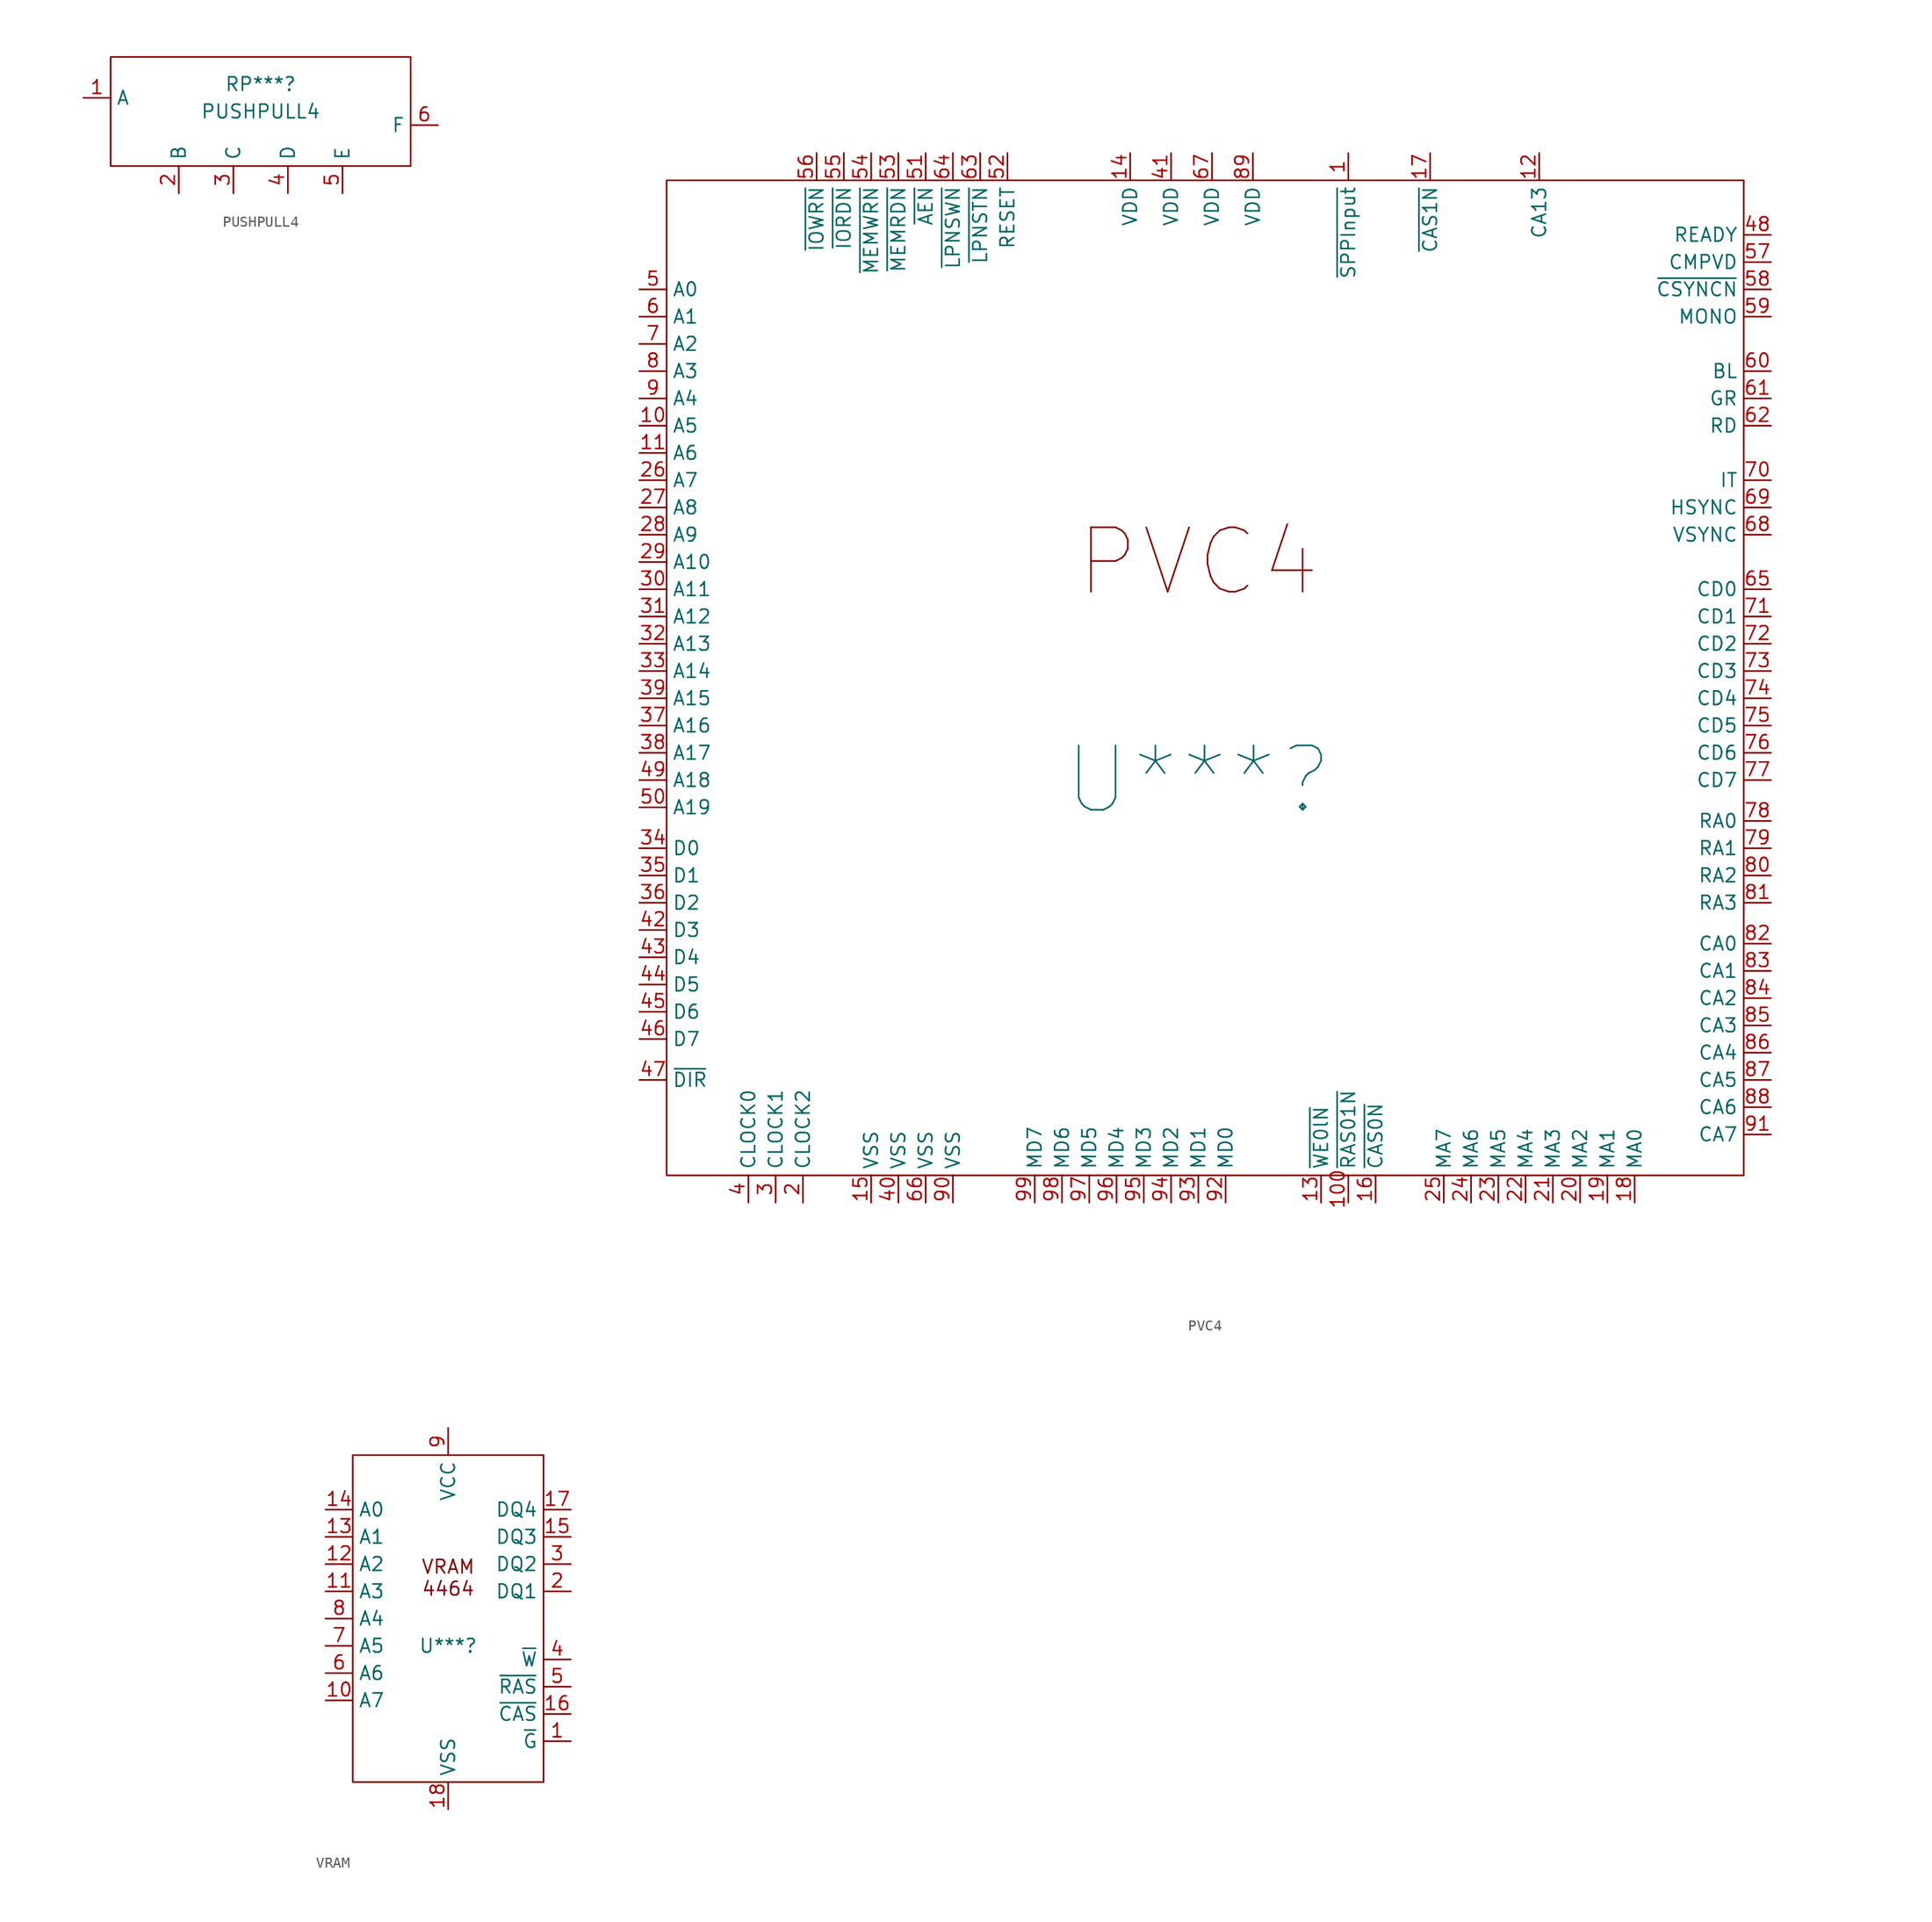
<source format=kicad_sym>
(kicad_symbol_lib
  (version 20220914)
  (generator kicad_symbol_editor)
  (symbol "PUSHPULL4"
    (property "Reference" "RP***"
      (at 0 2.54 0)
      (effects (font (size 1.27 1.27))))
    (property "Value" "PUSHPULL4"
      (at 0 0 0)
      (effects (font (size 1.27 1.27))))
    (symbol "PUSHPULL4_0_0"
      (pin power_in line (at -16.51 1.27 0) (length 2.54) (name "A" (effects (font (size 1.27 1.27)))) (number "1" (effects (font (size 1.27 1.27)))))
      (pin passive line (at -7.62 -7.62 90) (length 2.54) (name "B" (effects (font (size 1.27 1.27)))) (number "2" (effects (font (size 1.27 1.27)))))
      (pin passive line (at -2.54 -7.62 90) (length 2.54) (name "C" (effects (font (size 1.27 1.27)))) (number "3" (effects (font (size 1.27 1.27)))))
      (pin passive line (at 2.54 -7.62 90) (length 2.54) (name "D" (effects (font (size 1.27 1.27)))) (number "4" (effects (font (size 1.27 1.27)))))
      (pin passive line (at 7.62 -7.62 90) (length 2.54) (name "E" (effects (font (size 1.27 1.27)))) (number "5" (effects (font (size 1.27 1.27)))))
      (pin power_in line (at 16.51 -1.27 180) (length 2.54) (name "F" (effects (font (size 1.27 1.27)))) (number "6" (effects (font (size 1.27 1.27))))))
    (symbol "PUSHPULL4_0_1"
      (rectangle (start -13.97 5.08) (end 13.97 -5.08) (stroke (width 0) (type default)) (fill (type none)))))
  (symbol "PVC4"
    (property "Reference" "U***"
      (at 0 -10.16 0)
      (effects (font (size 6 6))))
    (property "Value" ""
      (at -16.51 -7.62 0)
      (effects (font (size 1.27 1.27))))
    (symbol "PVC4_0_0"
      (pin output line (at 13.97 48.26 270) (length 2.54) (name "~{SPPInput}" (effects (font (size 1.27 1.27)))) (number "1" (effects (font (size 1.27 1.27)))))
      (pin input line (at -52.07 22.86 0) (length 2.54) (name "A5" (effects (font (size 1.27 1.27)))) (number "10" (effects (font (size 1.27 1.27)))))
      (pin output line (at 13.97 -49.53 90) (length 2.54) (name "~{RAS01N}" (effects (font (size 1.27 1.27)))) (number "100" (effects (font (size 1.27 1.27)))))
      (pin input line (at -52.07 20.32 0) (length 2.54) (name "A6" (effects (font (size 1.27 1.27)))) (number "11" (effects (font (size 1.27 1.27)))))
      (pin output line (at 31.75 48.26 270) (length 2.54) (name "CA13" (effects (font (size 1.27 1.27)))) (number "12" (effects (font (size 1.27 1.27)))))
      (pin output line (at 11.43 -49.53 90) (length 2.54) (name "~{WE0lN}" (effects (font (size 1.27 1.27)))) (number "13" (effects (font (size 1.27 1.27)))))
      (pin power_in line (at -6.35 48.26 270) (length 2.54) (name "VDD" (effects (font (size 1.27 1.27)))) (number "14" (effects (font (size 1.27 1.27)))))
      (pin power_in line (at -30.48 -49.53 90) (length 2.54) (name "VSS" (effects (font (size 1.27 1.27)))) (number "15" (effects (font (size 1.27 1.27)))))
      (pin output line (at 16.51 -49.53 90) (length 2.54) (name "~{CAS0N}" (effects (font (size 1.27 1.27)))) (number "16" (effects (font (size 1.27 1.27)))))
      (pin output line (at 21.59 48.26 270) (length 2.54) (name "~{CAS1N}" (effects (font (size 1.27 1.27)))) (number "17" (effects (font (size 1.27 1.27)))))
      (pin output line (at 40.64 -49.53 90) (length 2.54) (name "MA0" (effects (font (size 1.27 1.27)))) (number "18" (effects (font (size 1.27 1.27)))))
      (pin output line (at 38.1 -49.53 90) (length 2.54) (name "MA1" (effects (font (size 1.27 1.27)))) (number "19" (effects (font (size 1.27 1.27)))))
      (pin input line (at -36.83 -49.53 90) (length 2.54) (name "CLOCK2" (effects (font (size 1.27 1.27)))) (number "2" (effects (font (size 1.27 1.27)))))
      (pin output line (at 35.56 -49.53 90) (length 2.54) (name "MA2" (effects (font (size 1.27 1.27)))) (number "20" (effects (font (size 1.27 1.27)))))
      (pin output line (at 33.02 -49.53 90) (length 2.54) (name "MA3" (effects (font (size 1.27 1.27)))) (number "21" (effects (font (size 1.27 1.27)))))
      (pin output line (at 30.48 -49.53 90) (length 2.54) (name "MA4" (effects (font (size 1.27 1.27)))) (number "22" (effects (font (size 1.27 1.27)))))
      (pin output line (at 27.94 -49.53 90) (length 2.54) (name "MA5" (effects (font (size 1.27 1.27)))) (number "23" (effects (font (size 1.27 1.27)))))
      (pin output line (at 25.4 -49.53 90) (length 2.54) (name "MA6" (effects (font (size 1.27 1.27)))) (number "24" (effects (font (size 1.27 1.27)))))
      (pin output line (at 22.86 -49.53 90) (length 2.54) (name "MA7" (effects (font (size 1.27 1.27)))) (number "25" (effects (font (size 1.27 1.27)))))
      (pin input line (at -52.07 17.78 0) (length 2.54) (name "A7" (effects (font (size 1.27 1.27)))) (number "26" (effects (font (size 1.27 1.27)))))
      (pin input line (at -52.07 15.24 0) (length 2.54) (name "A8" (effects (font (size 1.27 1.27)))) (number "27" (effects (font (size 1.27 1.27)))))
      (pin input line (at -52.07 12.7 0) (length 2.54) (name "A9" (effects (font (size 1.27 1.27)))) (number "28" (effects (font (size 1.27 1.27)))))
      (pin input line (at -52.07 10.16 0) (length 2.54) (name "A10" (effects (font (size 1.27 1.27)))) (number "29" (effects (font (size 1.27 1.27)))))
      (pin input line (at -39.37 -49.53 90) (length 2.54) (name "CLOCK1" (effects (font (size 1.27 1.27)))) (number "3" (effects (font (size 1.27 1.27)))))
      (pin input line (at -52.07 7.62 0) (length 2.54) (name "A11" (effects (font (size 1.27 1.27)))) (number "30" (effects (font (size 1.27 1.27)))))
      (pin input line (at -52.07 5.08 0) (length 2.54) (name "A12" (effects (font (size 1.27 1.27)))) (number "31" (effects (font (size 1.27 1.27)))))
      (pin input line (at -52.07 2.54 0) (length 2.54) (name "A13" (effects (font (size 1.27 1.27)))) (number "32" (effects (font (size 1.27 1.27)))))
      (pin input line (at -52.07 0 0) (length 2.54) (name "A14" (effects (font (size 1.27 1.27)))) (number "33" (effects (font (size 1.27 1.27)))))
      (pin bidirectional line (at -52.07 -16.51 0) (length 2.54) (name "D0" (effects (font (size 1.27 1.27)))) (number "34" (effects (font (size 1.27 1.27)))))
      (pin bidirectional line (at -52.07 -19.05 0) (length 2.54) (name "D1" (effects (font (size 1.27 1.27)))) (number "35" (effects (font (size 1.27 1.27)))))
      (pin bidirectional line (at -52.07 -21.59 0) (length 2.54) (name "D2" (effects (font (size 1.27 1.27)))) (number "36" (effects (font (size 1.27 1.27)))))
      (pin input line (at -52.07 -5.08 0) (length 2.54) (name "A16" (effects (font (size 1.27 1.27)))) (number "37" (effects (font (size 1.27 1.27)))))
      (pin input line (at -52.07 -7.62 0) (length 2.54) (name "A17" (effects (font (size 1.27 1.27)))) (number "38" (effects (font (size 1.27 1.27)))))
      (pin input line (at -52.07 -2.54 0) (length 2.54) (name "A15" (effects (font (size 1.27 1.27)))) (number "39" (effects (font (size 1.27 1.27)))))
      (pin input line (at -41.91 -49.53 90) (length 2.54) (name "CLOCK0" (effects (font (size 1.27 1.27)))) (number "4" (effects (font (size 1.27 1.27)))))
      (pin power_in line (at -27.94 -49.53 90) (length 2.54) (name "VSS" (effects (font (size 1.27 1.27)))) (number "40" (effects (font (size 1.27 1.27)))))
      (pin power_in line (at -2.54 48.26 270) (length 2.54) (name "VDD" (effects (font (size 1.27 1.27)))) (number "41" (effects (font (size 1.27 1.27)))))
      (pin bidirectional line (at -52.07 -24.13 0) (length 2.54) (name "D3" (effects (font (size 1.27 1.27)))) (number "42" (effects (font (size 1.27 1.27)))))
      (pin bidirectional line (at -52.07 -26.67 0) (length 2.54) (name "D4" (effects (font (size 1.27 1.27)))) (number "43" (effects (font (size 1.27 1.27)))))
      (pin bidirectional line (at -52.07 -29.21 0) (length 2.54) (name "D5" (effects (font (size 1.27 1.27)))) (number "44" (effects (font (size 1.27 1.27)))))
      (pin bidirectional line (at -52.07 -31.75 0) (length 2.54) (name "D6" (effects (font (size 1.27 1.27)))) (number "45" (effects (font (size 1.27 1.27)))))
      (pin bidirectional line (at -52.07 -34.29 0) (length 2.54) (name "D7" (effects (font (size 1.27 1.27)))) (number "46" (effects (font (size 1.27 1.27)))))
      (pin output line (at -52.07 -38.1 0) (length 2.54) (name "~{DIR}" (effects (font (size 1.27 1.27)))) (number "47" (effects (font (size 1.27 1.27)))))
      (pin output line (at 53.34 40.64 180) (length 2.54) (name "READY" (effects (font (size 1.27 1.27)))) (number "48" (effects (font (size 1.27 1.27)))))
      (pin input line (at -52.07 -10.16 0) (length 2.54) (name "A18" (effects (font (size 1.27 1.27)))) (number "49" (effects (font (size 1.27 1.27)))))
      (pin input line (at -52.07 35.56 0) (length 2.54) (name "A0" (effects (font (size 1.27 1.27)))) (number "5" (effects (font (size 1.27 1.27)))))
      (pin input line (at -52.07 -12.7 0) (length 2.54) (name "A19" (effects (font (size 1.27 1.27)))) (number "50" (effects (font (size 1.27 1.27)))))
      (pin input line (at -25.4 48.26 270) (length 2.54) (name "~{AEN}" (effects (font (size 1.27 1.27)))) (number "51" (effects (font (size 1.27 1.27)))))
      (pin input line (at -17.78 48.26 270) (length 2.54) (name "RESET" (effects (font (size 1.27 1.27)))) (number "52" (effects (font (size 1.27 1.27)))))
      (pin input line (at -27.94 48.26 270) (length 2.54) (name "~{MEMRDN}" (effects (font (size 1.27 1.27)))) (number "53" (effects (font (size 1.27 1.27)))))
      (pin input line (at -30.48 48.26 270) (length 2.54) (name "~{MEMWRN}" (effects (font (size 1.27 1.27)))) (number "54" (effects (font (size 1.27 1.27)))))
      (pin input line (at -33.02 48.26 270) (length 2.54) (name "~{IORDN}" (effects (font (size 1.27 1.27)))) (number "55" (effects (font (size 1.27 1.27)))))
      (pin input line (at -35.56 48.26 270) (length 2.54) (name "~{IOWRN}" (effects (font (size 1.27 1.27)))) (number "56" (effects (font (size 1.27 1.27)))))
      (pin output line (at 53.34 38.1 180) (length 2.54) (name "CMPVD" (effects (font (size 1.27 1.27)))) (number "57" (effects (font (size 1.27 1.27)))))
      (pin output line (at 53.34 35.56 180) (length 2.54) (name "~{CSYNCN}" (effects (font (size 1.27 1.27)))) (number "58" (effects (font (size 1.27 1.27)))))
      (pin output line (at 53.34 33.02 180) (length 2.54) (name "MONO" (effects (font (size 1.27 1.27)))) (number "59" (effects (font (size 1.27 1.27)))))
      (pin input line (at -52.07 33.02 0) (length 2.54) (name "A1" (effects (font (size 1.27 1.27)))) (number "6" (effects (font (size 1.27 1.27)))))
      (pin output line (at 53.34 27.94 180) (length 2.54) (name "BL" (effects (font (size 1.27 1.27)))) (number "60" (effects (font (size 1.27 1.27)))))
      (pin output line (at 53.34 25.4 180) (length 2.54) (name "GR" (effects (font (size 1.27 1.27)))) (number "61" (effects (font (size 1.27 1.27)))))
      (pin output line (at 53.34 22.86 180) (length 2.54) (name "RD" (effects (font (size 1.27 1.27)))) (number "62" (effects (font (size 1.27 1.27)))))
      (pin input line (at -20.32 48.26 270) (length 2.54) (name "~{LPNSTN}" (effects (font (size 1.27 1.27)))) (number "63" (effects (font (size 1.27 1.27)))))
      (pin input line (at -22.86 48.26 270) (length 2.54) (name "~{LPNSWN}" (effects (font (size 1.27 1.27)))) (number "64" (effects (font (size 1.27 1.27)))))
      (pin input line (at 53.34 7.62 180) (length 2.54) (name "CD0" (effects (font (size 1.27 1.27)))) (number "65" (effects (font (size 1.27 1.27)))))
      (pin power_in line (at -25.4 -49.53 90) (length 2.54) (name "VSS" (effects (font (size 1.27 1.27)))) (number "66" (effects (font (size 1.27 1.27)))))
      (pin power_in line (at 1.27 48.26 270) (length 2.54) (name "VDD" (effects (font (size 1.27 1.27)))) (number "67" (effects (font (size 1.27 1.27)))))
      (pin output line (at 53.34 12.7 180) (length 2.54) (name "VSYNC" (effects (font (size 1.27 1.27)))) (number "68" (effects (font (size 1.27 1.27)))))
      (pin output line (at 53.34 15.24 180) (length 2.54) (name "HSYNC" (effects (font (size 1.27 1.27)))) (number "69" (effects (font (size 1.27 1.27)))))
      (pin input line (at -52.07 30.48 0) (length 2.54) (name "A2" (effects (font (size 1.27 1.27)))) (number "7" (effects (font (size 1.27 1.27)))))
      (pin output line (at 53.34 17.78 180) (length 2.54) (name "IT" (effects (font (size 1.27 1.27)))) (number "70" (effects (font (size 1.27 1.27)))))
      (pin input line (at 53.34 5.08 180) (length 2.54) (name "CD1" (effects (font (size 1.27 1.27)))) (number "71" (effects (font (size 1.27 1.27)))))
      (pin input line (at 53.34 2.54 180) (length 2.54) (name "CD2" (effects (font (size 1.27 1.27)))) (number "72" (effects (font (size 1.27 1.27)))))
      (pin input line (at 53.34 0 180) (length 2.54) (name "CD3" (effects (font (size 1.27 1.27)))) (number "73" (effects (font (size 1.27 1.27)))))
      (pin input line (at 53.34 -2.54 180) (length 2.54) (name "CD4" (effects (font (size 1.27 1.27)))) (number "74" (effects (font (size 1.27 1.27)))))
      (pin input line (at 53.34 -5.08 180) (length 2.54) (name "CD5" (effects (font (size 1.27 1.27)))) (number "75" (effects (font (size 1.27 1.27)))))
      (pin input line (at 53.34 -7.62 180) (length 2.54) (name "CD6" (effects (font (size 1.27 1.27)))) (number "76" (effects (font (size 1.27 1.27)))))
      (pin input line (at 53.34 -10.16 180) (length 2.54) (name "CD7" (effects (font (size 1.27 1.27)))) (number "77" (effects (font (size 1.27 1.27)))))
      (pin output line (at 53.34 -13.97 180) (length 2.54) (name "RA0" (effects (font (size 1.27 1.27)))) (number "78" (effects (font (size 1.27 1.27)))))
      (pin output line (at 53.34 -16.51 180) (length 2.54) (name "RA1" (effects (font (size 1.27 1.27)))) (number "79" (effects (font (size 1.27 1.27)))))
      (pin input line (at -52.07 27.94 0) (length 2.54) (name "A3" (effects (font (size 1.27 1.27)))) (number "8" (effects (font (size 1.27 1.27)))))
      (pin output line (at 53.34 -19.05 180) (length 2.54) (name "RA2" (effects (font (size 1.27 1.27)))) (number "80" (effects (font (size 1.27 1.27)))))
      (pin output line (at 53.34 -21.59 180) (length 2.54) (name "RA3" (effects (font (size 1.27 1.27)))) (number "81" (effects (font (size 1.27 1.27)))))
      (pin output line (at 53.34 -25.4 180) (length 2.54) (name "CA0" (effects (font (size 1.27 1.27)))) (number "82" (effects (font (size 1.27 1.27)))))
      (pin output line (at 53.34 -27.94 180) (length 2.54) (name "CA1" (effects (font (size 1.27 1.27)))) (number "83" (effects (font (size 1.27 1.27)))))
      (pin output line (at 53.34 -30.48 180) (length 2.54) (name "CA2" (effects (font (size 1.27 1.27)))) (number "84" (effects (font (size 1.27 1.27)))))
      (pin output line (at 53.34 -33.02 180) (length 2.54) (name "CA3" (effects (font (size 1.27 1.27)))) (number "85" (effects (font (size 1.27 1.27)))))
      (pin output line (at 53.34 -35.56 180) (length 2.54) (name "CA4" (effects (font (size 1.27 1.27)))) (number "86" (effects (font (size 1.27 1.27)))))
      (pin output line (at 53.34 -38.1 180) (length 2.54) (name "CA5" (effects (font (size 1.27 1.27)))) (number "87" (effects (font (size 1.27 1.27)))))
      (pin output line (at 53.34 -40.64 180) (length 2.54) (name "CA6" (effects (font (size 1.27 1.27)))) (number "88" (effects (font (size 1.27 1.27)))))
      (pin power_in line (at 5.08 48.26 270) (length 2.54) (name "VDD" (effects (font (size 1.27 1.27)))) (number "89" (effects (font (size 1.27 1.27)))))
      (pin input line (at -52.07 25.4 0) (length 2.54) (name "A4" (effects (font (size 1.27 1.27)))) (number "9" (effects (font (size 1.27 1.27)))))
      (pin power_in line (at -22.86 -49.53 90) (length 2.54) (name "VSS" (effects (font (size 1.27 1.27)))) (number "90" (effects (font (size 1.27 1.27)))))
      (pin output line (at 53.34 -43.18 180) (length 2.54) (name "CA7" (effects (font (size 1.27 1.27)))) (number "91" (effects (font (size 1.27 1.27)))))
      (pin bidirectional line (at 2.54 -49.53 90) (length 2.54) (name "MD0" (effects (font (size 1.27 1.27)))) (number "92" (effects (font (size 1.27 1.27)))))
      (pin bidirectional line (at 0 -49.53 90) (length 2.54) (name "MD1" (effects (font (size 1.27 1.27)))) (number "93" (effects (font (size 1.27 1.27)))))
      (pin bidirectional line (at -2.54 -49.53 90) (length 2.54) (name "MD2" (effects (font (size 1.27 1.27)))) (number "94" (effects (font (size 1.27 1.27)))))
      (pin bidirectional line (at -5.08 -49.53 90) (length 2.54) (name "MD3" (effects (font (size 1.27 1.27)))) (number "95" (effects (font (size 1.27 1.27)))))
      (pin bidirectional line (at -7.62 -49.53 90) (length 2.54) (name "MD4" (effects (font (size 1.27 1.27)))) (number "96" (effects (font (size 1.27 1.27)))))
      (pin bidirectional line (at -10.16 -49.53 90) (length 2.54) (name "MD5" (effects (font (size 1.27 1.27)))) (number "97" (effects (font (size 1.27 1.27)))))
      (pin bidirectional line (at -12.7 -49.53 90) (length 2.54) (name "MD6" (effects (font (size 1.27 1.27)))) (number "98" (effects (font (size 1.27 1.27)))))
      (pin bidirectional line (at -15.24 -49.53 90) (length 2.54) (name "MD7" (effects (font (size 1.27 1.27)))) (number "99" (effects (font (size 1.27 1.27))))))
    (symbol "PVC4_0_1"
      (rectangle (start -49.53 45.72) (end 50.8 -46.99) (stroke (width 0) (type default)) (fill (type none))))
    (symbol "PVC4_1_1"
      (text "PVC4" (at 0 10.16 0) (effects (font (size 6 6))))))
  (symbol "VRAM"
    (property "Reference" "U***"
      (at 0 -3.81 0)
      (effects (font (size 1.27 1.27))))
    (property "Value" ""
      (at -33.02 13.97 0)
      (effects (font (size 1.27 1.27))))
    (symbol "VRAM_0_0"
      (pin input line (at -11.43 -8.89 0) (length 2.54) (name "A7" (effects (font (size 1.27 1.27)))) (number "10" (effects (font (size 1.27 1.27)))))
      (pin input line (at -11.43 1.27 0) (length 2.54) (name "A3" (effects (font (size 1.27 1.27)))) (number "11" (effects (font (size 1.27 1.27)))))
      (pin input line (at -11.43 3.81 0) (length 2.54) (name "A2" (effects (font (size 1.27 1.27)))) (number "12" (effects (font (size 1.27 1.27)))))
      (pin input line (at -11.43 6.35 0) (length 2.54) (name "A1" (effects (font (size 1.27 1.27)))) (number "13" (effects (font (size 1.27 1.27)))))
      (pin input line (at 11.43 -10.16 180) (length 2.54) (name "~{CAS}" (effects (font (size 1.27 1.27)))) (number "16" (effects (font (size 1.27 1.27)))))
      (pin power_in line (at 0 -19.05 90) (length 2.54) (name "VSS" (effects (font (size 1.27 1.27)))) (number "18" (effects (font (size 1.27 1.27)))))
      (pin input line (at 11.43 -5.08 180) (length 2.54) (name "~{W}" (effects (font (size 1.27 1.27)))) (number "4" (effects (font (size 1.27 1.27)))))
      (pin input line (at 11.43 -7.62 180) (length 2.54) (name "~{RAS}" (effects (font (size 1.27 1.27)))) (number "5" (effects (font (size 1.27 1.27)))))
      (pin input line (at -11.43 -6.35 0) (length 2.54) (name "A6" (effects (font (size 1.27 1.27)))) (number "6" (effects (font (size 1.27 1.27)))))
      (pin input line (at -11.43 -3.81 0) (length 2.54) (name "A5" (effects (font (size 1.27 1.27)))) (number "7" (effects (font (size 1.27 1.27)))))
      (pin input line (at -11.43 -1.27 0) (length 2.54) (name "A4" (effects (font (size 1.27 1.27)))) (number "8" (effects (font (size 1.27 1.27)))))
      (pin power_in line (at 0 16.51 270) (length 2.54) (name "VCC" (effects (font (size 1.27 1.27)))) (number "9" (effects (font (size 1.27 1.27))))))
    (symbol "VRAM_0_1"
      (rectangle (start -8.89 13.97) (end 8.89 -16.51) (stroke (width 0) (type default)) (fill (type none))))
    (symbol "VRAM_1_0"
      (pin input line (at 11.43 -12.7 180) (length 2.54) (name "~{G}" (effects (font (size 1.27 1.27)))) (number "1" (effects (font (size 1.27 1.27)))))
      (pin input line (at -11.43 8.89 0) (length 2.54) (name "A0" (effects (font (size 1.27 1.27)))) (number "14" (effects (font (size 1.27 1.27)))))
      (pin bidirectional line (at 11.43 6.35 180) (length 2.54) (name "DQ3" (effects (font (size 1.27 1.27)))) (number "15" (effects (font (size 1.27 1.27)))))
      (pin bidirectional line (at 11.43 8.89 180) (length 2.54) (name "DQ4" (effects (font (size 1.27 1.27)))) (number "17" (effects (font (size 1.27 1.27)))))
      (pin bidirectional line (at 11.43 1.27 180) (length 2.54) (name "DQ1" (effects (font (size 1.27 1.27)))) (number "2" (effects (font (size 1.27 1.27)))))
      (pin bidirectional line (at 11.43 3.81 180) (length 2.54) (name "DQ2" (effects (font (size 1.27 1.27)))) (number "3" (effects (font (size 1.27 1.27))))))
    (symbol "VRAM_1_1"
      (text "VRAM\n4464" (at 0 2.54 0) (effects (font (size 1.27 1.27)))))))
</source>
